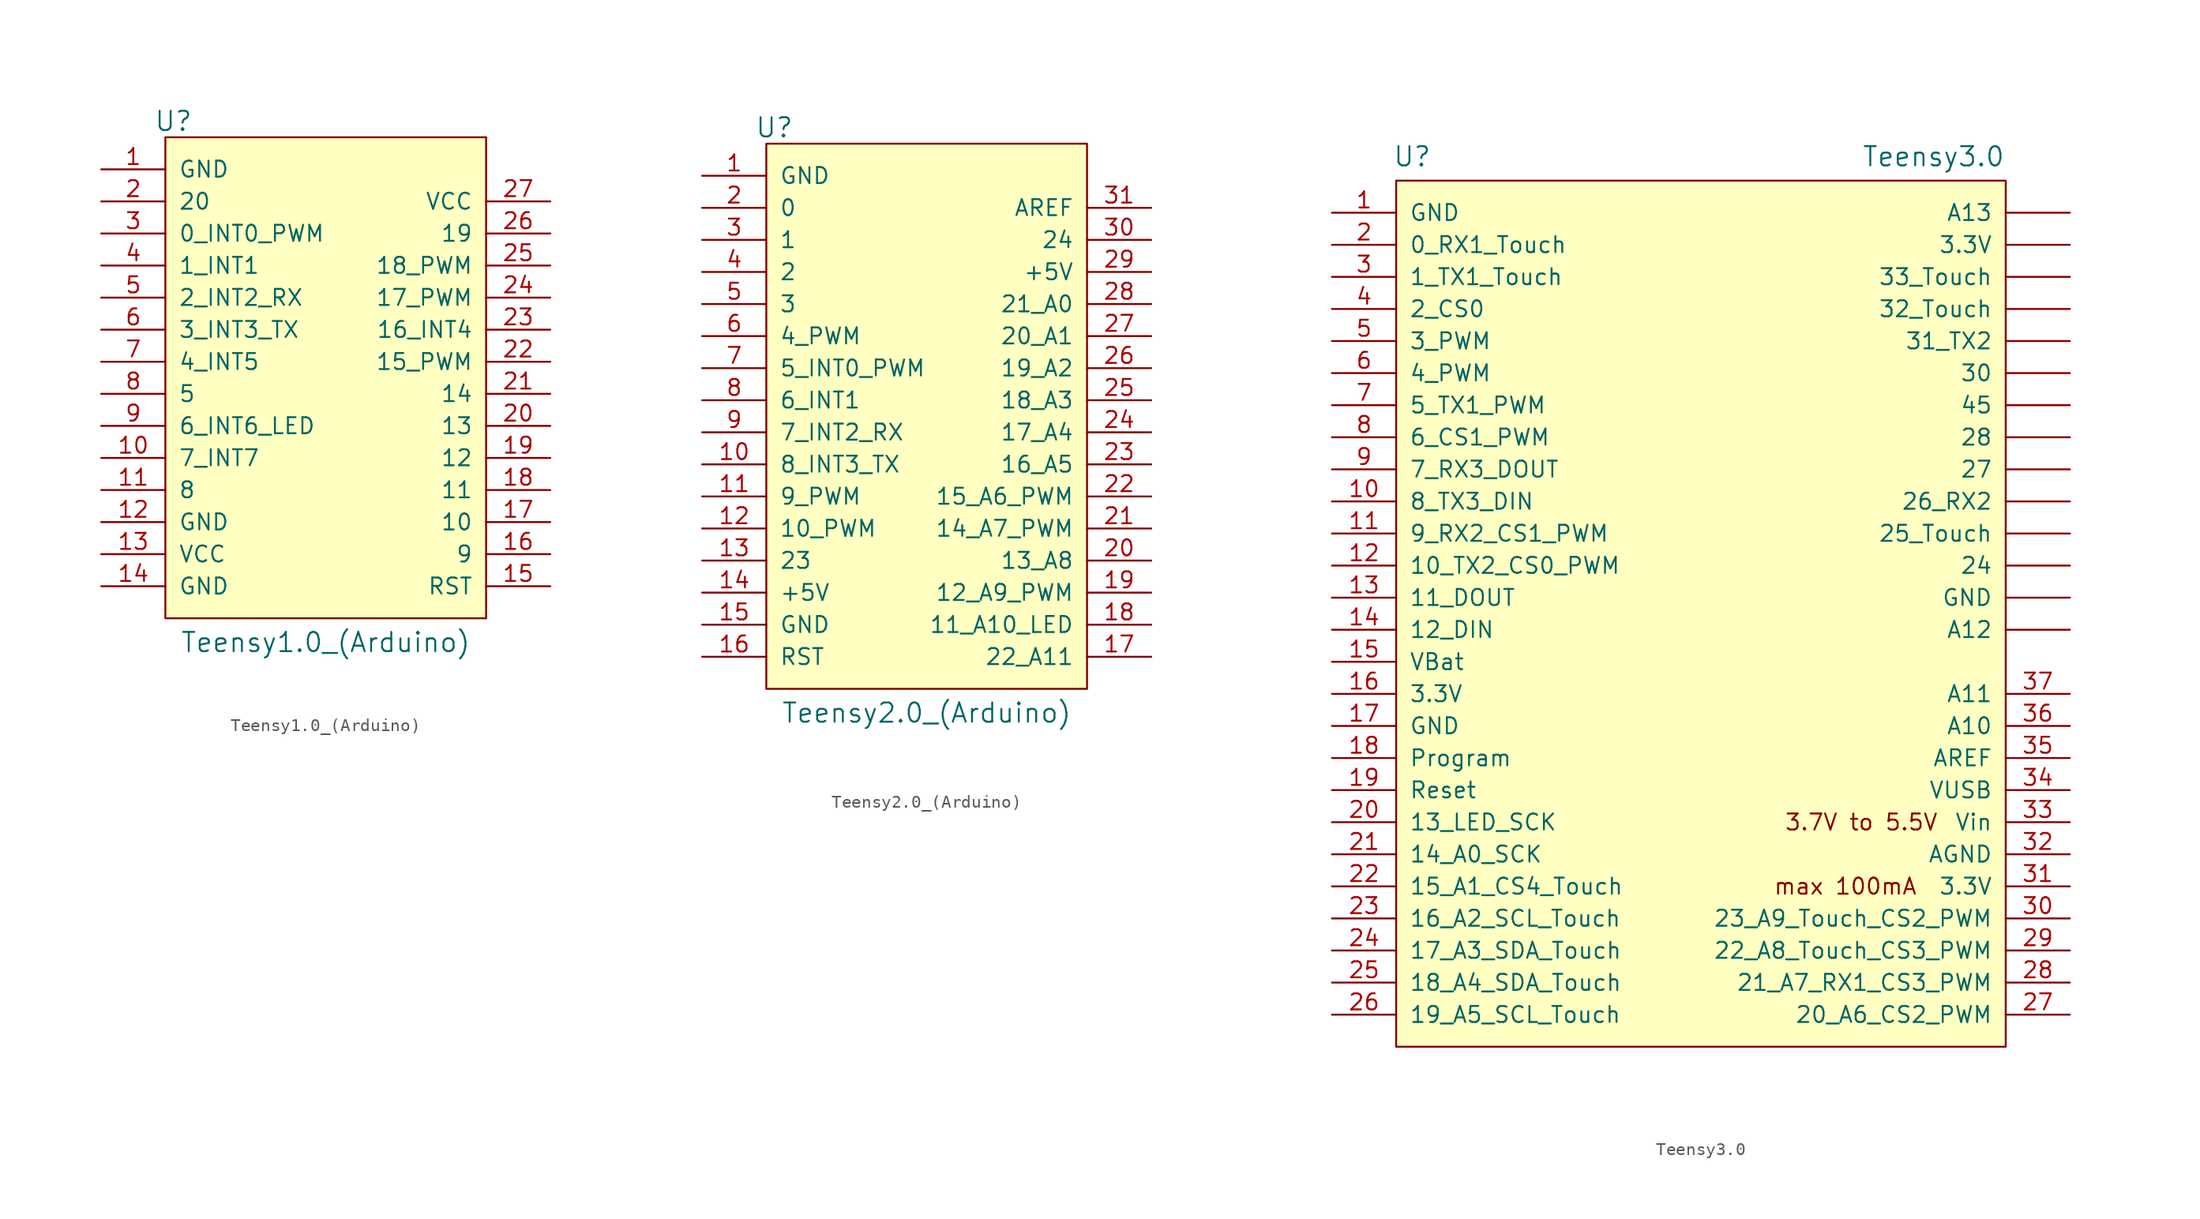
<source format=kicad_sym>
(kicad_symbol_lib
  (version 20241209)
  (generator "kicad_symbol_editor")
  (generator_version "9.0")
  (symbol "Teensy1.0_(Arduino)"
    (pin_names
      (offset 1.016))
    (property "Reference" "U"
      (at -12.065 20.32 0)
      (effects (font (size 1.524 1.524))))
    (property "Value" "Teensy1.0_(Arduino)"
      (at 0 -20.955 0)
      (effects (font (size 1.524 1.524))))
    (symbol "Teensy1.0_(Arduino)_0_1"
      (rectangle (start -12.7 19.05) (end 12.7 -19.05) (stroke (width 0) (type default)) (fill (type background))))
    (symbol "Teensy1.0_(Arduino)_1_1"
      (pin power_in line (at -17.78 16.51 0) (length 5.08) (name "GND" (effects (font (size 1.27 1.27)))) (number "1" (effects (font (size 1.27 1.27)))))
      (pin bidirectional line (at -17.78 13.97 0) (length 5.08) (name "20" (effects (font (size 1.27 1.27)))) (number "2" (effects (font (size 1.27 1.27)))))
      (pin bidirectional line (at -17.78 11.43 0) (length 5.08) (name "0_INT0_PWM" (effects (font (size 1.27 1.27)))) (number "3" (effects (font (size 1.27 1.27)))))
      (pin bidirectional line (at -17.78 8.89 0) (length 5.08) (name "1_INT1" (effects (font (size 1.27 1.27)))) (number "4" (effects (font (size 1.27 1.27)))))
      (pin bidirectional line (at -17.78 6.35 0) (length 5.08) (name "2_INT2_RX" (effects (font (size 1.27 1.27)))) (number "5" (effects (font (size 1.27 1.27)))))
      (pin bidirectional line (at -17.78 3.81 0) (length 5.08) (name "3_INT3_TX" (effects (font (size 1.27 1.27)))) (number "6" (effects (font (size 1.27 1.27)))))
      (pin bidirectional line (at -17.78 1.27 0) (length 5.08) (name "4_INT5" (effects (font (size 1.27 1.27)))) (number "7" (effects (font (size 1.27 1.27)))))
      (pin bidirectional line (at -17.78 -1.27 0) (length 5.08) (name "5" (effects (font (size 1.27 1.27)))) (number "8" (effects (font (size 1.27 1.27)))))
      (pin bidirectional line (at -17.78 -3.81 0) (length 5.08) (name "6_INT6_LED" (effects (font (size 1.27 1.27)))) (number "9" (effects (font (size 1.27 1.27)))))
      (pin bidirectional line (at -17.78 -6.35 0) (length 5.08) (name "7_INT7" (effects (font (size 1.27 1.27)))) (number "10" (effects (font (size 1.27 1.27)))))
      (pin bidirectional line (at -17.78 -8.89 0) (length 5.08) (name "8" (effects (font (size 1.27 1.27)))) (number "11" (effects (font (size 1.27 1.27)))))
      (pin power_in line (at -17.78 -11.43 0) (length 5.08) (name "GND" (effects (font (size 1.27 1.27)))) (number "12" (effects (font (size 1.27 1.27)))))
      (pin power_in line (at -17.78 -13.97 0) (length 5.08) (name "VCC" (effects (font (size 1.27 1.27)))) (number "13" (effects (font (size 1.27 1.27)))))
      (pin power_in line (at -17.78 -16.51 0) (length 5.08) (name "GND" (effects (font (size 1.27 1.27)))) (number "14" (effects (font (size 1.27 1.27)))))
      (pin power_in line (at 17.78 13.97 180) (length 5.08) (name "VCC" (effects (font (size 1.27 1.27)))) (number "27" (effects (font (size 1.27 1.27)))))
      (pin bidirectional line (at 17.78 11.43 180) (length 5.08) (name "19" (effects (font (size 1.27 1.27)))) (number "26" (effects (font (size 1.27 1.27)))))
      (pin bidirectional line (at 17.78 8.89 180) (length 5.08) (name "18_PWM" (effects (font (size 1.27 1.27)))) (number "25" (effects (font (size 1.27 1.27)))))
      (pin bidirectional line (at 17.78 6.35 180) (length 5.08) (name "17_PWM" (effects (font (size 1.27 1.27)))) (number "24" (effects (font (size 1.27 1.27)))))
      (pin bidirectional line (at 17.78 3.81 180) (length 5.08) (name "16_INT4" (effects (font (size 1.27 1.27)))) (number "23" (effects (font (size 1.27 1.27)))))
      (pin bidirectional line (at 17.78 1.27 180) (length 5.08) (name "15_PWM" (effects (font (size 1.27 1.27)))) (number "22" (effects (font (size 1.27 1.27)))))
      (pin bidirectional line (at 17.78 -1.27 180) (length 5.08) (name "14" (effects (font (size 1.27 1.27)))) (number "21" (effects (font (size 1.27 1.27)))))
      (pin bidirectional line (at 17.78 -3.81 180) (length 5.08) (name "13" (effects (font (size 1.27 1.27)))) (number "20" (effects (font (size 1.27 1.27)))))
      (pin bidirectional line (at 17.78 -6.35 180) (length 5.08) (name "12" (effects (font (size 1.27 1.27)))) (number "19" (effects (font (size 1.27 1.27)))))
      (pin bidirectional line (at 17.78 -8.89 180) (length 5.08) (name "11" (effects (font (size 1.27 1.27)))) (number "18" (effects (font (size 1.27 1.27)))))
      (pin bidirectional line (at 17.78 -11.43 180) (length 5.08) (name "10" (effects (font (size 1.27 1.27)))) (number "17" (effects (font (size 1.27 1.27)))))
      (pin bidirectional line (at 17.78 -13.97 180) (length 5.08) (name "9" (effects (font (size 1.27 1.27)))) (number "16" (effects (font (size 1.27 1.27)))))
      (pin input line (at 17.78 -16.51 180) (length 5.08) (name "RST" (effects (font (size 1.27 1.27)))) (number "15" (effects (font (size 1.27 1.27)))))))
  (symbol "Teensy2.0_(Arduino)"
    (pin_names
      (offset 1.016))
    (property "Reference" "U"
      (at -12.065 22.86 0)
      (effects (font (size 1.524 1.524))))
    (property "Value" "Teensy2.0_(Arduino)"
      (at 0 -23.495 0)
      (effects (font (size 1.524 1.524))))
    (symbol "Teensy2.0_(Arduino)_0_1"
      (rectangle (start -12.7 21.59) (end 12.7 -21.59) (stroke (width 0) (type default)) (fill (type background))))
    (symbol "Teensy2.0_(Arduino)_1_1"
      (pin power_in line (at -17.78 19.05 0) (length 5.08) (name "GND" (effects (font (size 1.27 1.27)))) (number "1" (effects (font (size 1.27 1.27)))))
      (pin bidirectional line (at -17.78 16.51 0) (length 5.08) (name "0" (effects (font (size 1.27 1.27)))) (number "2" (effects (font (size 1.27 1.27)))))
      (pin bidirectional line (at -17.78 13.97 0) (length 5.08) (name "1" (effects (font (size 1.27 1.27)))) (number "3" (effects (font (size 1.27 1.27)))))
      (pin bidirectional line (at -17.78 11.43 0) (length 5.08) (name "2" (effects (font (size 1.27 1.27)))) (number "4" (effects (font (size 1.27 1.27)))))
      (pin bidirectional line (at -17.78 8.89 0) (length 5.08) (name "3" (effects (font (size 1.27 1.27)))) (number "5" (effects (font (size 1.27 1.27)))))
      (pin bidirectional line (at -17.78 6.35 0) (length 5.08) (name "4_PWM" (effects (font (size 1.27 1.27)))) (number "6" (effects (font (size 1.27 1.27)))))
      (pin bidirectional line (at -17.78 3.81 0) (length 5.08) (name "5_INT0_PWM" (effects (font (size 1.27 1.27)))) (number "7" (effects (font (size 1.27 1.27)))))
      (pin bidirectional line (at -17.78 1.27 0) (length 5.08) (name "6_INT1" (effects (font (size 1.27 1.27)))) (number "8" (effects (font (size 1.27 1.27)))))
      (pin bidirectional line (at -17.78 -1.27 0) (length 5.08) (name "7_INT2_RX" (effects (font (size 1.27 1.27)))) (number "9" (effects (font (size 1.27 1.27)))))
      (pin bidirectional line (at -17.78 -3.81 0) (length 5.08) (name "8_INT3_TX" (effects (font (size 1.27 1.27)))) (number "10" (effects (font (size 1.27 1.27)))))
      (pin bidirectional line (at -17.78 -6.35 0) (length 5.08) (name "9_PWM" (effects (font (size 1.27 1.27)))) (number "11" (effects (font (size 1.27 1.27)))))
      (pin bidirectional line (at -17.78 -8.89 0) (length 5.08) (name "10_PWM" (effects (font (size 1.27 1.27)))) (number "12" (effects (font (size 1.27 1.27)))))
      (pin bidirectional line (at -17.78 -11.43 0) (length 5.08) (name "23" (effects (font (size 1.27 1.27)))) (number "13" (effects (font (size 1.27 1.27)))))
      (pin power_in line (at -17.78 -13.97 0) (length 5.08) (name "+5V" (effects (font (size 1.27 1.27)))) (number "14" (effects (font (size 1.27 1.27)))))
      (pin power_in line (at -17.78 -16.51 0) (length 5.08) (name "GND" (effects (font (size 1.27 1.27)))) (number "15" (effects (font (size 1.27 1.27)))))
      (pin input line (at -17.78 -19.05 0) (length 5.08) (name "RST" (effects (font (size 1.27 1.27)))) (number "16" (effects (font (size 1.27 1.27)))))
      (pin input line (at 17.78 16.51 180) (length 5.08) (name "AREF" (effects (font (size 1.27 1.27)))) (number "31" (effects (font (size 1.27 1.27)))))
      (pin bidirectional line (at 17.78 13.97 180) (length 5.08) (name "24" (effects (font (size 1.27 1.27)))) (number "30" (effects (font (size 1.27 1.27)))))
      (pin power_in line (at 17.78 11.43 180) (length 5.08) (name "+5V" (effects (font (size 1.27 1.27)))) (number "29" (effects (font (size 1.27 1.27)))))
      (pin bidirectional line (at 17.78 8.89 180) (length 5.08) (name "21_A0" (effects (font (size 1.27 1.27)))) (number "28" (effects (font (size 1.27 1.27)))))
      (pin bidirectional line (at 17.78 6.35 180) (length 5.08) (name "20_A1" (effects (font (size 1.27 1.27)))) (number "27" (effects (font (size 1.27 1.27)))))
      (pin bidirectional line (at 17.78 3.81 180) (length 5.08) (name "19_A2" (effects (font (size 1.27 1.27)))) (number "26" (effects (font (size 1.27 1.27)))))
      (pin bidirectional line (at 17.78 1.27 180) (length 5.08) (name "18_A3" (effects (font (size 1.27 1.27)))) (number "25" (effects (font (size 1.27 1.27)))))
      (pin bidirectional line (at 17.78 -1.27 180) (length 5.08) (name "17_A4" (effects (font (size 1.27 1.27)))) (number "24" (effects (font (size 1.27 1.27)))))
      (pin bidirectional line (at 17.78 -3.81 180) (length 5.08) (name "16_A5" (effects (font (size 1.27 1.27)))) (number "23" (effects (font (size 1.27 1.27)))))
      (pin bidirectional line (at 17.78 -6.35 180) (length 5.08) (name "15_A6_PWM" (effects (font (size 1.27 1.27)))) (number "22" (effects (font (size 1.27 1.27)))))
      (pin bidirectional line (at 17.78 -8.89 180) (length 5.08) (name "14_A7_PWM" (effects (font (size 1.27 1.27)))) (number "21" (effects (font (size 1.27 1.27)))))
      (pin bidirectional line (at 17.78 -11.43 180) (length 5.08) (name "13_A8" (effects (font (size 1.27 1.27)))) (number "20" (effects (font (size 1.27 1.27)))))
      (pin bidirectional line (at 17.78 -13.97 180) (length 5.08) (name "12_A9_PWM" (effects (font (size 1.27 1.27)))) (number "19" (effects (font (size 1.27 1.27)))))
      (pin bidirectional line (at 17.78 -16.51 180) (length 5.08) (name "11_A10_LED" (effects (font (size 1.27 1.27)))) (number "18" (effects (font (size 1.27 1.27)))))
      (pin bidirectional line (at 17.78 -19.05 180) (length 5.08) (name "22_A11" (effects (font (size 1.27 1.27)))) (number "17" (effects (font (size 1.27 1.27)))))))
  (symbol "Teensy3.0"
    (pin_names
      (offset 1.016))
    (property "Reference" "U"
      (at -22.86 36.195 0)
      (effects (font (size 1.524 1.524))))
    (property "Value" "Teensy3.0"
      (at 18.415 36.195 0)
      (effects (font (size 1.524 1.524))))
    (symbol "Teensy3.0_0_0"
      (text "max 100mA" (at 11.43 -21.59 0) (effects (font (size 1.27 1.27))))
      (text "3.7V to 5.5V" (at 12.7 -16.51 0) (effects (font (size 1.27 1.27)))))
    (symbol "Teensy3.0_0_1"
      (rectangle (start -24.13 34.29) (end 24.13 -34.29) (stroke (width 0) (type default)) (fill (type background))))
    (symbol "Teensy3.0_1_1"
      (pin power_in line (at -29.21 31.75 0) (length 5.08) (name "GND" (effects (font (size 1.27 1.27)))) (number "1" (effects (font (size 1.27 1.27)))))
      (pin bidirectional line (at -29.21 29.21 0) (length 5.08) (name "0_RX1_Touch" (effects (font (size 1.27 1.27)))) (number "2" (effects (font (size 1.27 1.27)))))
      (pin bidirectional line (at -29.21 26.67 0) (length 5.08) (name "1_TX1_Touch" (effects (font (size 1.27 1.27)))) (number "3" (effects (font (size 1.27 1.27)))))
      (pin bidirectional line (at -29.21 24.13 0) (length 5.08) (name "2_CS0" (effects (font (size 1.27 1.27)))) (number "4" (effects (font (size 1.27 1.27)))))
      (pin bidirectional line (at -29.21 21.59 0) (length 5.08) (name "3_PWM" (effects (font (size 1.27 1.27)))) (number "5" (effects (font (size 1.27 1.27)))))
      (pin bidirectional line (at -29.21 19.05 0) (length 5.08) (name "4_PWM" (effects (font (size 1.27 1.27)))) (number "6" (effects (font (size 1.27 1.27)))))
      (pin bidirectional line (at -29.21 16.51 0) (length 5.08) (name "5_TX1_PWM" (effects (font (size 1.27 1.27)))) (number "7" (effects (font (size 1.27 1.27)))))
      (pin bidirectional line (at -29.21 13.97 0) (length 5.08) (name "6_CS1_PWM" (effects (font (size 1.27 1.27)))) (number "8" (effects (font (size 1.27 1.27)))))
      (pin bidirectional line (at -29.21 11.43 0) (length 5.08) (name "7_RX3_DOUT" (effects (font (size 1.27 1.27)))) (number "9" (effects (font (size 1.27 1.27)))))
      (pin bidirectional line (at -29.21 8.89 0) (length 5.08) (name "8_TX3_DIN" (effects (font (size 1.27 1.27)))) (number "10" (effects (font (size 1.27 1.27)))))
      (pin bidirectional line (at -29.21 6.35 0) (length 5.08) (name "9_RX2_CS1_PWM" (effects (font (size 1.27 1.27)))) (number "11" (effects (font (size 1.27 1.27)))))
      (pin bidirectional line (at -29.21 3.81 0) (length 5.08) (name "10_TX2_CS0_PWM" (effects (font (size 1.27 1.27)))) (number "12" (effects (font (size 1.27 1.27)))))
      (pin bidirectional line (at -29.21 1.27 0) (length 5.08) (name "11_DOUT" (effects (font (size 1.27 1.27)))) (number "13" (effects (font (size 1.27 1.27)))))
      (pin bidirectional line (at -29.21 -1.27 0) (length 5.08) (name "12_DIN" (effects (font (size 1.27 1.27)))) (number "14" (effects (font (size 1.27 1.27)))))
      (pin power_in line (at -29.21 -3.81 0) (length 5.08) (name "VBat" (effects (font (size 1.27 1.27)))) (number "15" (effects (font (size 1.27 1.27)))))
      (pin power_in line (at -29.21 -6.35 0) (length 5.08) (name "3.3V" (effects (font (size 1.27 1.27)))) (number "16" (effects (font (size 1.27 1.27)))))
      (pin power_in line (at -29.21 -8.89 0) (length 5.08) (name "GND" (effects (font (size 1.27 1.27)))) (number "17" (effects (font (size 1.27 1.27)))))
      (pin input line (at -29.21 -11.43 0) (length 5.08) (name "Program" (effects (font (size 1.27 1.27)))) (number "18" (effects (font (size 1.27 1.27)))))
      (pin input line (at -29.21 -13.97 0) (length 5.08) (name "Reset" (effects (font (size 1.27 1.27)))) (number "19" (effects (font (size 1.27 1.27)))))
      (pin bidirectional line (at -29.21 -16.51 0) (length 5.08) (name "13_LED_SCK" (effects (font (size 1.27 1.27)))) (number "20" (effects (font (size 1.27 1.27)))))
      (pin bidirectional line (at -29.21 -19.05 0) (length 5.08) (name "14_A0_SCK" (effects (font (size 1.27 1.27)))) (number "21" (effects (font (size 1.27 1.27)))))
      (pin bidirectional line (at -29.21 -21.59 0) (length 5.08) (name "15_A1_CS4_Touch" (effects (font (size 1.27 1.27)))) (number "22" (effects (font (size 1.27 1.27)))))
      (pin bidirectional line (at -29.21 -24.13 0) (length 5.08) (name "16_A2_SCL_Touch" (effects (font (size 1.27 1.27)))) (number "23" (effects (font (size 1.27 1.27)))))
      (pin bidirectional line (at -29.21 -26.67 0) (length 5.08) (name "17_A3_SDA_Touch" (effects (font (size 1.27 1.27)))) (number "24" (effects (font (size 1.27 1.27)))))
      (pin bidirectional line (at -29.21 -29.21 0) (length 5.08) (name "18_A4_SDA_Touch" (effects (font (size 1.27 1.27)))) (number "25" (effects (font (size 1.27 1.27)))))
      (pin bidirectional line (at -29.21 -31.75 0) (length 5.08) (name "19_A5_SCL_Touch" (effects (font (size 1.27 1.27)))) (number "26" (effects (font (size 1.27 1.27)))))
      (pin bidirectional line (at 29.21 31.75 180) (length 5.08) (name "A13" (effects (font (size 1.27 1.27)))) (number "~" (effects (font (size 1.27 1.27)))))
      (pin power_in line (at 29.21 29.21 180) (length 5.08) (name "3.3V" (effects (font (size 1.27 1.27)))) (number "~" (effects (font (size 1.27 1.27)))))
      (pin bidirectional line (at 29.21 26.67 180) (length 5.08) (name "33_Touch" (effects (font (size 1.27 1.27)))) (number "~" (effects (font (size 1.27 1.27)))))
      (pin bidirectional line (at 29.21 24.13 180) (length 5.08) (name "32_Touch" (effects (font (size 1.27 1.27)))) (number "~" (effects (font (size 1.27 1.27)))))
      (pin bidirectional line (at 29.21 21.59 180) (length 5.08) (name "31_TX2" (effects (font (size 1.27 1.27)))) (number "~" (effects (font (size 1.27 1.27)))))
      (pin bidirectional line (at 29.21 19.05 180) (length 5.08) (name "30" (effects (font (size 1.27 1.27)))) (number "~" (effects (font (size 1.27 1.27)))))
      (pin bidirectional line (at 29.21 16.51 180) (length 5.08) (name "45" (effects (font (size 1.27 1.27)))) (number "~" (effects (font (size 1.27 1.27)))))
      (pin bidirectional line (at 29.21 13.97 180) (length 5.08) (name "28" (effects (font (size 1.27 1.27)))) (number "~" (effects (font (size 1.27 1.27)))))
      (pin bidirectional line (at 29.21 11.43 180) (length 5.08) (name "27" (effects (font (size 1.27 1.27)))) (number "~" (effects (font (size 1.27 1.27)))))
      (pin bidirectional line (at 29.21 8.89 180) (length 5.08) (name "26_RX2" (effects (font (size 1.27 1.27)))) (number "~" (effects (font (size 1.27 1.27)))))
      (pin bidirectional line (at 29.21 6.35 180) (length 5.08) (name "25_Touch" (effects (font (size 1.27 1.27)))) (number "~" (effects (font (size 1.27 1.27)))))
      (pin bidirectional line (at 29.21 3.81 180) (length 5.08) (name "24" (effects (font (size 1.27 1.27)))) (number "~" (effects (font (size 1.27 1.27)))))
      (pin power_in line (at 29.21 1.27 180) (length 5.08) (name "GND" (effects (font (size 1.27 1.27)))) (number "~" (effects (font (size 1.27 1.27)))))
      (pin bidirectional line (at 29.21 -1.27 180) (length 5.08) (name "A12" (effects (font (size 1.27 1.27)))) (number "~" (effects (font (size 1.27 1.27)))))
      (pin bidirectional line (at 29.21 -6.35 180) (length 5.08) (name "A11" (effects (font (size 1.27 1.27)))) (number "37" (effects (font (size 1.27 1.27)))))
      (pin bidirectional line (at 29.21 -8.89 180) (length 5.08) (name "A10" (effects (font (size 1.27 1.27)))) (number "36" (effects (font (size 1.27 1.27)))))
      (pin input line (at 29.21 -11.43 180) (length 5.08) (name "AREF" (effects (font (size 1.27 1.27)))) (number "35" (effects (font (size 1.27 1.27)))))
      (pin power_in line (at 29.21 -13.97 180) (length 5.08) (name "VUSB" (effects (font (size 1.27 1.27)))) (number "34" (effects (font (size 1.27 1.27)))))
      (pin power_in line (at 29.21 -16.51 180) (length 5.08) (name "Vin" (effects (font (size 1.27 1.27)))) (number "33" (effects (font (size 1.27 1.27)))))
      (pin power_out line (at 29.21 -19.05 180) (length 5.08) (name "AGND" (effects (font (size 1.27 1.27)))) (number "32" (effects (font (size 1.27 1.27)))))
      (pin power_out line (at 29.21 -21.59 180) (length 5.08) (name "3.3V" (effects (font (size 1.27 1.27)))) (number "31" (effects (font (size 1.27 1.27)))))
      (pin bidirectional line (at 29.21 -24.13 180) (length 5.08) (name "23_A9_Touch_CS2_PWM" (effects (font (size 1.27 1.27)))) (number "30" (effects (font (size 1.27 1.27)))))
      (pin bidirectional line (at 29.21 -26.67 180) (length 5.08) (name "22_A8_Touch_CS3_PWM" (effects (font (size 1.27 1.27)))) (number "29" (effects (font (size 1.27 1.27)))))
      (pin bidirectional line (at 29.21 -29.21 180) (length 5.08) (name "21_A7_RX1_CS3_PWM" (effects (font (size 1.27 1.27)))) (number "28" (effects (font (size 1.27 1.27)))))
      (pin bidirectional line (at 29.21 -31.75 180) (length 5.08) (name "20_A6_CS2_PWM" (effects (font (size 1.27 1.27)))) (number "27" (effects (font (size 1.27 1.27))))))))
</source>
